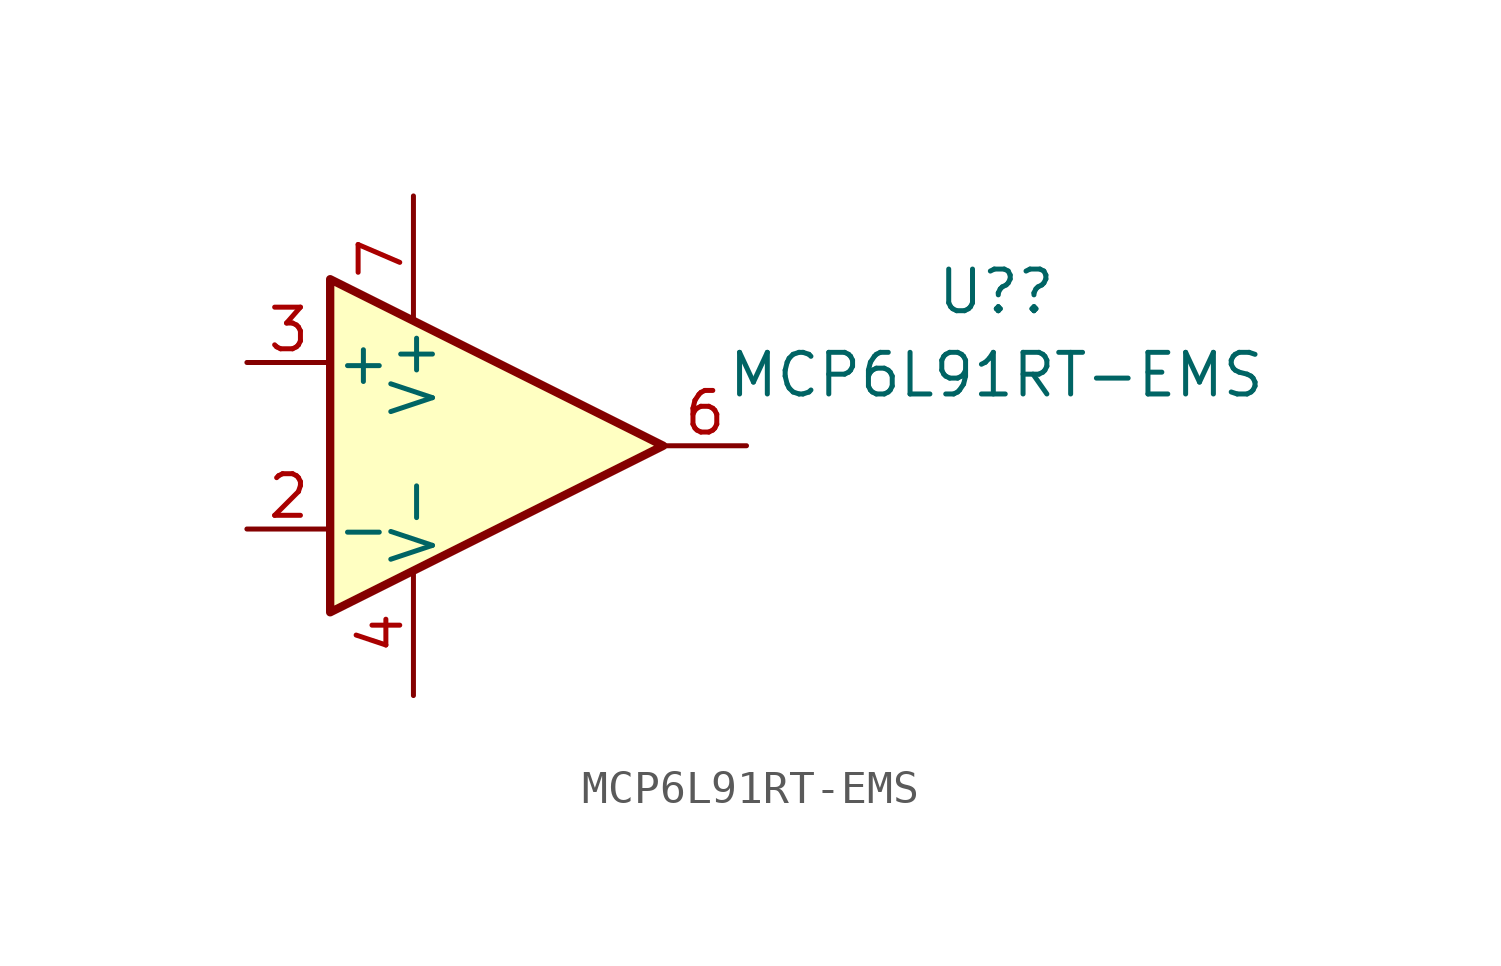
<source format=kicad_sym>
(kicad_symbol_lib
  (version 20211014)
  (generator kicad_symbol_editor)
  (symbol "MCP6L91RT-EMS"
    (pin_names
      (offset 0.127))
    (property "Reference" "U?"
      (at 15.24 4.699 0)
      (effects (font (size 1.27 1.27))))
    (property "Value" "MCP6L91RT-EMS"
      (at 15.24 2.159 0)
      (effects (font (size 1.27 1.27))))
    (symbol "MCP6L91RT-EMS_0_1"
      (polyline (pts (xy -5.08 5.08) (xy 5.08 0) (xy -5.08 -5.08) (xy -5.08 5.08)) (stroke (width 0.254) (type default) (color 0 0 0 0)) (fill (type background))))
    (symbol "MCP6L91RT-EMS_1_1"
      (pin no_connect line (at -2.54 2.54 270) (length 2.54) hide (name "NC" (effects (font (size 1.27 1.27)))) (number "1" (effects (font (size 1.27 1.27)))))
      (pin input line (at -7.62 -2.54 0) (length 2.54) (name "-" (effects (font (size 1.27 1.27)))) (number "2" (effects (font (size 1.27 1.27)))))
      (pin input line (at -7.62 2.54 0) (length 2.54) (name "+" (effects (font (size 1.27 1.27)))) (number "3" (effects (font (size 1.27 1.27)))))
      (pin power_in line (at -2.54 -7.62 90) (length 3.81) (name "V-" (effects (font (size 1.27 1.27)))) (number "4" (effects (font (size 1.27 1.27)))))
      (pin input line (at 0 2.54 270) (length 2.54) hide (name "NC" (effects (font (size 1.27 1.27)))) (number "5" (effects (font (size 1.27 1.27)))))
      (pin output line (at 7.62 0 180) (length 2.54) (name "~" (effects (font (size 1.27 1.27)))) (number "6" (effects (font (size 1.27 1.27)))))
      (pin power_in line (at -2.54 7.62 270) (length 3.81) (name "V+" (effects (font (size 1.27 1.27)))) (number "7" (effects (font (size 1.27 1.27)))))
      (pin input line (at 0 -2.54 90) (length 2.54) hide (name "NC" (effects (font (size 1.27 1.27)))) (number "8" (effects (font (size 1.27 1.27))))))))
</source>
